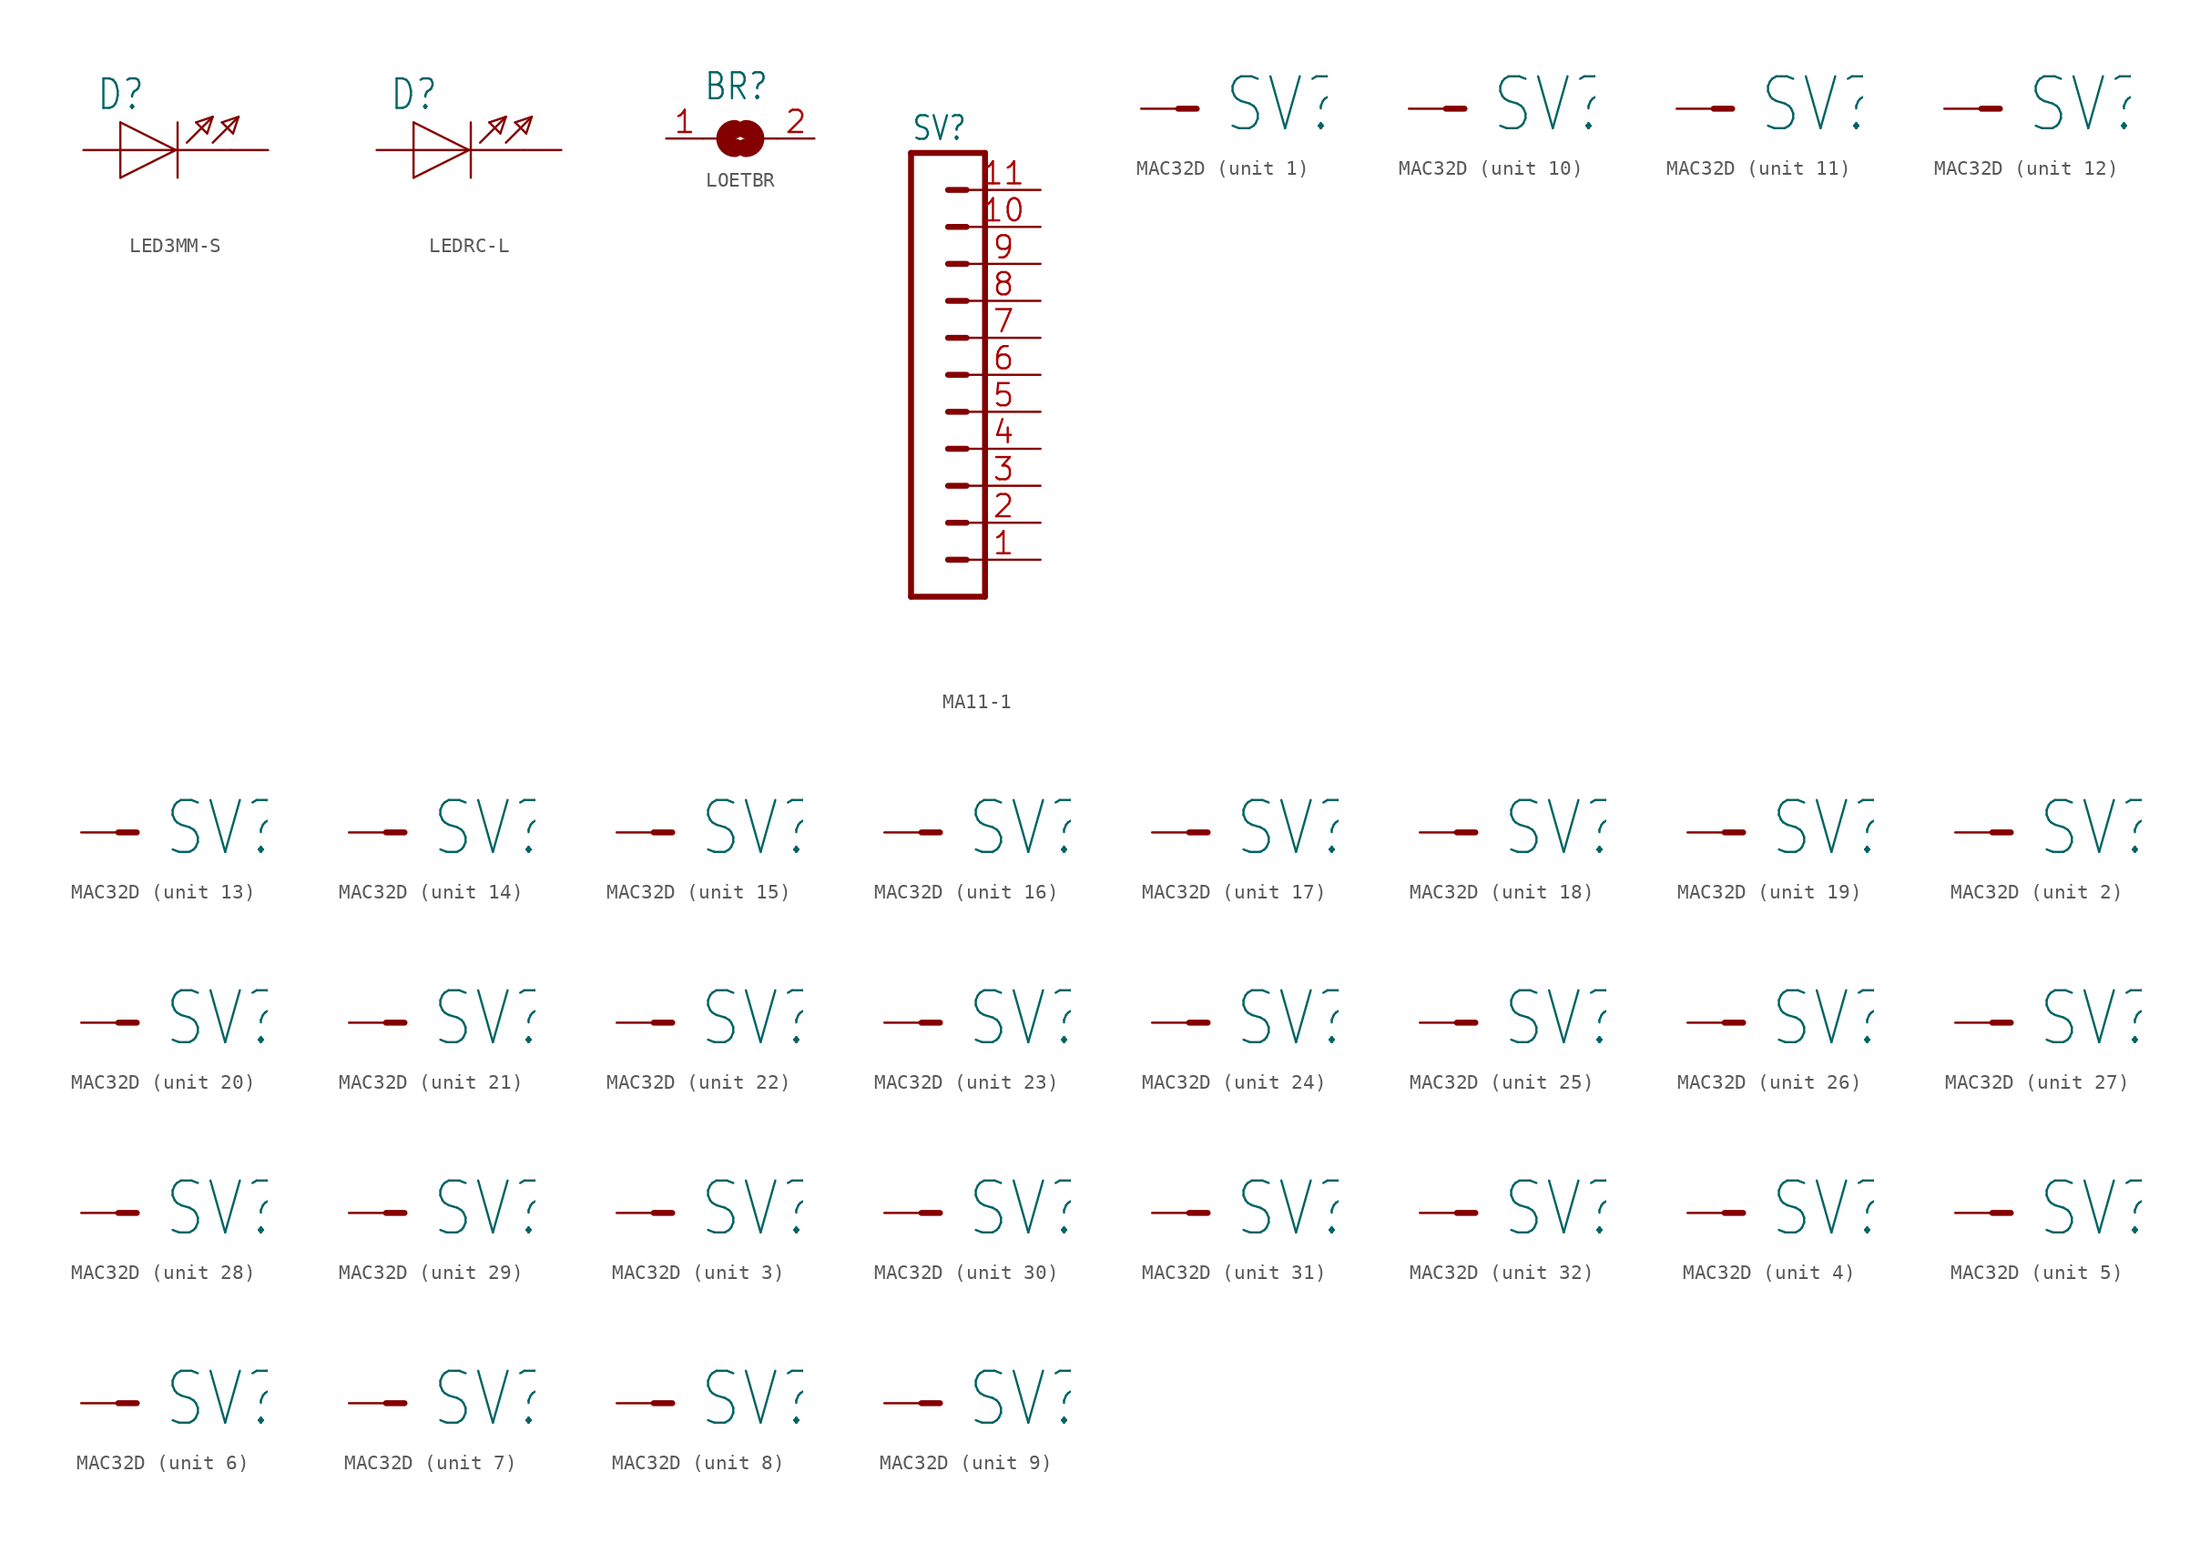
<source format=kicad_sym>
(kicad_symbol_lib
  (version 20241209)
  (generator "kicad_symbol_editor")
  (generator_version "9.0")
  (symbol "LED3MM-S"
    (property "Reference" "D"
      (at -4.216 2.642 0)
      (effects (font (size 2.032 1.727)) (justify left bottom)))
    (property "Value" ""
      (at -4.47 -4.496 0)
      (effects (font (size 2.032 1.727)) (justify left bottom)))
    (property "ki_locked" ""
      (at 0 0 0)
      (effects (font (size 1.27 1.27))))
    (symbol "LED3MM-S_1_0"
      (polyline (pts (xy -2.54 1.905) (xy -2.54 0)) (stroke (width 0.152) (type solid)) (fill (type none)))
      (polyline (pts (xy -2.54 0) (xy -2.54 -1.905)) (stroke (width 0.152) (type solid)) (fill (type none)))
      (polyline (pts (xy -2.54 0) (xy 5.08 0)) (stroke (width 0.152) (type solid)) (fill (type none)))
      (polyline (pts (xy -2.54 -1.905) (xy 1.27 0)) (stroke (width 0.152) (type solid)) (fill (type none)))
      (polyline (pts (xy 1.27 0) (xy -2.54 1.905)) (stroke (width 0.152) (type solid)) (fill (type none)))
      (polyline (pts (xy 1.397 1.905) (xy 1.397 -1.905)) (stroke (width 0.152) (type solid)) (fill (type none)))
      (polyline (pts (xy 2.032 0.508) (xy 3.81 2.286)) (stroke (width 0.152) (type solid)) (fill (type none)))
      (polyline (pts (xy 2.667 1.905) (xy 3.429 1.143)) (stroke (width 0.152) (type solid)) (fill (type none)))
      (polyline (pts (xy 3.429 1.143) (xy 3.81 2.286)) (stroke (width 0.152) (type solid)) (fill (type none)))
      (polyline (pts (xy 3.81 2.286) (xy 2.667 1.905)) (stroke (width 0.152) (type solid)) (fill (type none)))
      (polyline (pts (xy 3.81 0.508) (xy 5.588 2.286)) (stroke (width 0.152) (type solid)) (fill (type none)))
      (polyline (pts (xy 4.445 1.905) (xy 5.207 1.143)) (stroke (width 0.152) (type solid)) (fill (type none)))
      (polyline (pts (xy 5.207 1.143) (xy 5.588 2.286)) (stroke (width 0.152) (type solid)) (fill (type none)))
      (polyline (pts (xy 5.588 2.286) (xy 4.445 1.905)) (stroke (width 0.152) (type solid)) (fill (type none)))
      (pin passive line (at -5.08 0 0) (length 2.54) (name "A" (effects (font (size 0 0)))) (number "A" (effects (font (size 0 0)))))
      (pin passive line (at 7.62 0 180) (length 2.54) (name "K" (effects (font (size 0 0)))) (number "K" (effects (font (size 0 0)))))))
  (symbol "LEDRC-L"
    (property "Reference" "D"
      (at -4.216 2.642 0)
      (effects (font (size 2.032 1.727)) (justify left bottom)))
    (property "Value" ""
      (at -4.47 -4.496 0)
      (effects (font (size 2.032 1.727)) (justify left bottom)))
    (property "ki_locked" ""
      (at 0 0 0)
      (effects (font (size 1.27 1.27))))
    (symbol "LEDRC-L_1_0"
      (polyline (pts (xy -2.54 1.905) (xy -2.54 0)) (stroke (width 0.152) (type solid)) (fill (type none)))
      (polyline (pts (xy -2.54 0) (xy -2.54 -1.905)) (stroke (width 0.152) (type solid)) (fill (type none)))
      (polyline (pts (xy -2.54 0) (xy 5.08 0)) (stroke (width 0.152) (type solid)) (fill (type none)))
      (polyline (pts (xy -2.54 -1.905) (xy 1.27 0)) (stroke (width 0.152) (type solid)) (fill (type none)))
      (polyline (pts (xy 1.27 0) (xy -2.54 1.905)) (stroke (width 0.152) (type solid)) (fill (type none)))
      (polyline (pts (xy 1.397 1.905) (xy 1.397 -1.905)) (stroke (width 0.152) (type solid)) (fill (type none)))
      (polyline (pts (xy 2.032 0.508) (xy 3.81 2.286)) (stroke (width 0.152) (type solid)) (fill (type none)))
      (polyline (pts (xy 2.667 1.905) (xy 3.429 1.143)) (stroke (width 0.152) (type solid)) (fill (type none)))
      (polyline (pts (xy 3.429 1.143) (xy 3.81 2.286)) (stroke (width 0.152) (type solid)) (fill (type none)))
      (polyline (pts (xy 3.81 2.286) (xy 2.667 1.905)) (stroke (width 0.152) (type solid)) (fill (type none)))
      (polyline (pts (xy 3.81 0.508) (xy 5.588 2.286)) (stroke (width 0.152) (type solid)) (fill (type none)))
      (polyline (pts (xy 4.445 1.905) (xy 5.207 1.143)) (stroke (width 0.152) (type solid)) (fill (type none)))
      (polyline (pts (xy 5.207 1.143) (xy 5.588 2.286)) (stroke (width 0.152) (type solid)) (fill (type none)))
      (polyline (pts (xy 5.588 2.286) (xy 4.445 1.905)) (stroke (width 0.152) (type solid)) (fill (type none)))
      (pin passive line (at -5.08 0 0) (length 2.54) (name "A" (effects (font (size 0 0)))) (number "A" (effects (font (size 0 0)))))
      (pin passive line (at 7.62 0 180) (length 2.54) (name "K" (effects (font (size 0 0)))) (number "K" (effects (font (size 0 0)))))))
  (symbol "LOETBR"
    (property "Reference" "BR"
      (at -2.54 2.54 0)
      (effects (font (size 1.778 1.511)) (justify left bottom)))
    (property "Value" ""
      (at 0.412 0 0)
      (effects (font (size 3.81 3.81))))
    (property "ki_locked" ""
      (at 0 0 0)
      (effects (font (size 1.27 1.27))))
    (symbol "LOETBR_1_0"
      (polyline (pts (xy -2.54 0) (xy -1.651 0)) (stroke (width 0.152) (type solid)) (fill (type none)))
      (arc (start -0.381 -0.635) (mid -1.0159 0.0001) (end -0.3808 0.635) (stroke (width 1.27) (type solid)) (fill (type none)))
      (arc (start 0.381 0.635) (mid 1.0159 -0.0001) (end 0.3808 -0.635) (stroke (width 1.27) (type solid)) (fill (type none)))
      (polyline (pts (xy 2.54 0) (xy 1.651 0)) (stroke (width 0.152) (type solid)) (fill (type none)))
      (pin passive line (at -5.08 0 0) (length 2.54) (name "1" (effects (font (size 0 0)))) (number "1" (effects (font (size 1.524 1.524)))))
      (pin passive line (at 5.08 0 180) (length 2.54) (name "2" (effects (font (size 0 0)))) (number "2" (effects (font (size 1.524 1.524)))))))
  (symbol "MA11-1"
    (property "Reference" "SV"
      (at -1.27 16.002 0)
      (effects (font (size 1.626 1.382)) (justify left bottom)))
    (property "Value" ""
      (at -1.27 -17.78 0)
      (effects (font (size 1.626 1.382)) (justify left bottom)))
    (property "ki_locked" ""
      (at 0 0 0)
      (effects (font (size 1.27 1.27))))
    (symbol "MA11-1_1_0"
      (polyline (pts (xy -1.27 15.24) (xy -1.27 -15.24)) (stroke (width 0.406) (type solid)) (fill (type none)))
      (polyline (pts (xy -1.27 15.24) (xy 3.81 15.24)) (stroke (width 0.406) (type solid)) (fill (type none)))
      (polyline (pts (xy 1.27 12.7) (xy 2.54 12.7)) (stroke (width 0.406) (type solid)) (fill (type none)))
      (polyline (pts (xy 1.27 10.16) (xy 2.54 10.16)) (stroke (width 0.406) (type solid)) (fill (type none)))
      (polyline (pts (xy 1.27 7.62) (xy 2.54 7.62)) (stroke (width 0.406) (type solid)) (fill (type none)))
      (polyline (pts (xy 1.27 5.08) (xy 2.54 5.08)) (stroke (width 0.406) (type solid)) (fill (type none)))
      (polyline (pts (xy 1.27 2.54) (xy 2.54 2.54)) (stroke (width 0.406) (type solid)) (fill (type none)))
      (polyline (pts (xy 1.27 0) (xy 2.54 0)) (stroke (width 0.406) (type solid)) (fill (type none)))
      (polyline (pts (xy 1.27 -2.54) (xy 2.54 -2.54)) (stroke (width 0.406) (type solid)) (fill (type none)))
      (polyline (pts (xy 1.27 -5.08) (xy 2.54 -5.08)) (stroke (width 0.406) (type solid)) (fill (type none)))
      (polyline (pts (xy 1.27 -7.62) (xy 2.54 -7.62)) (stroke (width 0.406) (type solid)) (fill (type none)))
      (polyline (pts (xy 1.27 -10.16) (xy 2.54 -10.16)) (stroke (width 0.406) (type solid)) (fill (type none)))
      (polyline (pts (xy 1.27 -12.7) (xy 2.54 -12.7)) (stroke (width 0.406) (type solid)) (fill (type none)))
      (polyline (pts (xy 3.81 -15.24) (xy -1.27 -15.24)) (stroke (width 0.406) (type solid)) (fill (type none)))
      (polyline (pts (xy 3.81 -15.24) (xy 3.81 15.24)) (stroke (width 0.406) (type solid)) (fill (type none)))
      (pin passive line (at 7.62 12.7 180) (length 5.08) (name "11" (effects (font (size 0 0)))) (number "11" (effects (font (size 1.524 1.524)))))
      (pin passive line (at 7.62 10.16 180) (length 5.08) (name "10" (effects (font (size 0 0)))) (number "10" (effects (font (size 1.524 1.524)))))
      (pin passive line (at 7.62 7.62 180) (length 5.08) (name "9" (effects (font (size 0 0)))) (number "9" (effects (font (size 1.524 1.524)))))
      (pin passive line (at 7.62 5.08 180) (length 5.08) (name "8" (effects (font (size 0 0)))) (number "8" (effects (font (size 1.524 1.524)))))
      (pin passive line (at 7.62 2.54 180) (length 5.08) (name "7" (effects (font (size 0 0)))) (number "7" (effects (font (size 1.524 1.524)))))
      (pin passive line (at 7.62 0 180) (length 5.08) (name "6" (effects (font (size 0 0)))) (number "6" (effects (font (size 1.524 1.524)))))
      (pin passive line (at 7.62 -2.54 180) (length 5.08) (name "5" (effects (font (size 0 0)))) (number "5" (effects (font (size 1.524 1.524)))))
      (pin passive line (at 7.62 -5.08 180) (length 5.08) (name "4" (effects (font (size 0 0)))) (number "4" (effects (font (size 1.524 1.524)))))
      (pin passive line (at 7.62 -7.62 180) (length 5.08) (name "3" (effects (font (size 0 0)))) (number "3" (effects (font (size 1.524 1.524)))))
      (pin passive line (at 7.62 -10.16 180) (length 5.08) (name "2" (effects (font (size 0 0)))) (number "2" (effects (font (size 1.524 1.524)))))
      (pin passive line (at 7.62 -12.7 180) (length 5.08) (name "1" (effects (font (size 0 0)))) (number "1" (effects (font (size 1.524 1.524)))))))
  (symbol "MAC32D"
    (property "Reference" "SV"
      (at 3.048 -1.778 0)
      (effects (font (size 3.556 3.023)) (justify left bottom)))
    (property "ki_locked" ""
      (at 0 0 0)
      (effects (font (size 1.27 1.27))))
    (symbol "MAC32D_1_0"
      (polyline (pts (xy 0 0) (xy 1.27 0)) (stroke (width 0.406) (type solid)) (fill (type none)))
      (pin passive line (at -2.54 0 0) (length 2.54) (name "S" (effects (font (size 0 0)))) (number "A10" (effects (font (size 0 0))))))
    (symbol "MAC32D_2_0"
      (polyline (pts (xy 0 0) (xy 1.27 0)) (stroke (width 0.406) (type solid)) (fill (type none)))
      (pin passive line (at -2.54 0 0) (length 2.54) (name "S" (effects (font (size 0 0)))) (number "A12" (effects (font (size 0 0))))))
    (symbol "MAC32D_3_0"
      (polyline (pts (xy 0 0) (xy 1.27 0)) (stroke (width 0.406) (type solid)) (fill (type none)))
      (pin passive line (at -2.54 0 0) (length 2.54) (name "S" (effects (font (size 0 0)))) (number "A14" (effects (font (size 0 0))))))
    (symbol "MAC32D_4_0"
      (polyline (pts (xy 0 0) (xy 1.27 0)) (stroke (width 0.406) (type solid)) (fill (type none)))
      (pin passive line (at -2.54 0 0) (length 2.54) (name "S" (effects (font (size 0 0)))) (number "A16" (effects (font (size 0 0))))))
    (symbol "MAC32D_5_0"
      (polyline (pts (xy 0 0) (xy 1.27 0)) (stroke (width 0.406) (type solid)) (fill (type none)))
      (pin passive line (at -2.54 0 0) (length 2.54) (name "S" (effects (font (size 0 0)))) (number "A18" (effects (font (size 0 0))))))
    (symbol "MAC32D_6_0"
      (polyline (pts (xy 0 0) (xy 1.27 0)) (stroke (width 0.406) (type solid)) (fill (type none)))
      (pin passive line (at -2.54 0 0) (length 2.54) (name "S" (effects (font (size 0 0)))) (number "A2" (effects (font (size 0 0))))))
    (symbol "MAC32D_7_0"
      (polyline (pts (xy 0 0) (xy 1.27 0)) (stroke (width 0.406) (type solid)) (fill (type none)))
      (pin passive line (at -2.54 0 0) (length 2.54) (name "S" (effects (font (size 0 0)))) (number "A20" (effects (font (size 0 0))))))
    (symbol "MAC32D_8_0"
      (polyline (pts (xy 0 0) (xy 1.27 0)) (stroke (width 0.406) (type solid)) (fill (type none)))
      (pin passive line (at -2.54 0 0) (length 2.54) (name "S" (effects (font (size 0 0)))) (number "A22" (effects (font (size 0 0))))))
    (symbol "MAC32D_9_0"
      (polyline (pts (xy 0 0) (xy 1.27 0)) (stroke (width 0.406) (type solid)) (fill (type none)))
      (pin passive line (at -2.54 0 0) (length 2.54) (name "S" (effects (font (size 0 0)))) (number "A24" (effects (font (size 0 0))))))
    (symbol "MAC32D_10_0"
      (polyline (pts (xy 0 0) (xy 1.27 0)) (stroke (width 0.406) (type solid)) (fill (type none)))
      (pin passive line (at -2.54 0 0) (length 2.54) (name "S" (effects (font (size 0 0)))) (number "A26" (effects (font (size 0 0))))))
    (symbol "MAC32D_11_0"
      (polyline (pts (xy 0 0) (xy 1.27 0)) (stroke (width 0.406) (type solid)) (fill (type none)))
      (pin passive line (at -2.54 0 0) (length 2.54) (name "S" (effects (font (size 0 0)))) (number "A28" (effects (font (size 0 0))))))
    (symbol "MAC32D_12_0"
      (polyline (pts (xy 0 0) (xy 1.27 0)) (stroke (width 0.406) (type solid)) (fill (type none)))
      (pin passive line (at -2.54 0 0) (length 2.54) (name "S" (effects (font (size 0 0)))) (number "A30" (effects (font (size 0 0))))))
    (symbol "MAC32D_13_0"
      (polyline (pts (xy 0 0) (xy 1.27 0)) (stroke (width 0.406) (type solid)) (fill (type none)))
      (pin passive line (at -2.54 0 0) (length 2.54) (name "S" (effects (font (size 0 0)))) (number "A32" (effects (font (size 0 0))))))
    (symbol "MAC32D_14_0"
      (polyline (pts (xy 0 0) (xy 1.27 0)) (stroke (width 0.406) (type solid)) (fill (type none)))
      (pin passive line (at -2.54 0 0) (length 2.54) (name "S" (effects (font (size 0 0)))) (number "A4" (effects (font (size 0 0))))))
    (symbol "MAC32D_15_0"
      (polyline (pts (xy 0 0) (xy 1.27 0)) (stroke (width 0.406) (type solid)) (fill (type none)))
      (pin passive line (at -2.54 0 0) (length 2.54) (name "S" (effects (font (size 0 0)))) (number "A6" (effects (font (size 0 0))))))
    (symbol "MAC32D_16_0"
      (polyline (pts (xy 0 0) (xy 1.27 0)) (stroke (width 0.406) (type solid)) (fill (type none)))
      (pin passive line (at -2.54 0 0) (length 2.54) (name "S" (effects (font (size 0 0)))) (number "A8" (effects (font (size 0 0))))))
    (symbol "MAC32D_17_0"
      (polyline (pts (xy 0 0) (xy 1.27 0)) (stroke (width 0.406) (type solid)) (fill (type none)))
      (pin passive line (at -2.54 0 0) (length 2.54) (name "S" (effects (font (size 0 0)))) (number "C10" (effects (font (size 0 0))))))
    (symbol "MAC32D_18_0"
      (polyline (pts (xy 0 0) (xy 1.27 0)) (stroke (width 0.406) (type solid)) (fill (type none)))
      (pin passive line (at -2.54 0 0) (length 2.54) (name "S" (effects (font (size 0 0)))) (number "C12" (effects (font (size 0 0))))))
    (symbol "MAC32D_19_0"
      (polyline (pts (xy 0 0) (xy 1.27 0)) (stroke (width 0.406) (type solid)) (fill (type none)))
      (pin passive line (at -2.54 0 0) (length 2.54) (name "S" (effects (font (size 0 0)))) (number "C14" (effects (font (size 0 0))))))
    (symbol "MAC32D_20_0"
      (polyline (pts (xy 0 0) (xy 1.27 0)) (stroke (width 0.406) (type solid)) (fill (type none)))
      (pin passive line (at -2.54 0 0) (length 2.54) (name "S" (effects (font (size 0 0)))) (number "C16" (effects (font (size 0 0))))))
    (symbol "MAC32D_21_0"
      (polyline (pts (xy 0 0) (xy 1.27 0)) (stroke (width 0.406) (type solid)) (fill (type none)))
      (pin passive line (at -2.54 0 0) (length 2.54) (name "S" (effects (font (size 0 0)))) (number "C18" (effects (font (size 0 0))))))
    (symbol "MAC32D_22_0"
      (polyline (pts (xy 0 0) (xy 1.27 0)) (stroke (width 0.406) (type solid)) (fill (type none)))
      (pin passive line (at -2.54 0 0) (length 2.54) (name "S" (effects (font (size 0 0)))) (number "C2" (effects (font (size 0 0))))))
    (symbol "MAC32D_23_0"
      (polyline (pts (xy 0 0) (xy 1.27 0)) (stroke (width 0.406) (type solid)) (fill (type none)))
      (pin passive line (at -2.54 0 0) (length 2.54) (name "S" (effects (font (size 0 0)))) (number "C20" (effects (font (size 0 0))))))
    (symbol "MAC32D_24_0"
      (polyline (pts (xy 0 0) (xy 1.27 0)) (stroke (width 0.406) (type solid)) (fill (type none)))
      (pin passive line (at -2.54 0 0) (length 2.54) (name "S" (effects (font (size 0 0)))) (number "C22" (effects (font (size 0 0))))))
    (symbol "MAC32D_25_0"
      (polyline (pts (xy 0 0) (xy 1.27 0)) (stroke (width 0.406) (type solid)) (fill (type none)))
      (pin passive line (at -2.54 0 0) (length 2.54) (name "S" (effects (font (size 0 0)))) (number "C24" (effects (font (size 0 0))))))
    (symbol "MAC32D_26_0"
      (polyline (pts (xy 0 0) (xy 1.27 0)) (stroke (width 0.406) (type solid)) (fill (type none)))
      (pin passive line (at -2.54 0 0) (length 2.54) (name "S" (effects (font (size 0 0)))) (number "C26" (effects (font (size 0 0))))))
    (symbol "MAC32D_27_0"
      (polyline (pts (xy 0 0) (xy 1.27 0)) (stroke (width 0.406) (type solid)) (fill (type none)))
      (pin passive line (at -2.54 0 0) (length 2.54) (name "S" (effects (font (size 0 0)))) (number "C28" (effects (font (size 0 0))))))
    (symbol "MAC32D_28_0"
      (polyline (pts (xy 0 0) (xy 1.27 0)) (stroke (width 0.406) (type solid)) (fill (type none)))
      (pin passive line (at -2.54 0 0) (length 2.54) (name "S" (effects (font (size 0 0)))) (number "C30" (effects (font (size 0 0))))))
    (symbol "MAC32D_29_0"
      (polyline (pts (xy 0 0) (xy 1.27 0)) (stroke (width 0.406) (type solid)) (fill (type none)))
      (pin passive line (at -2.54 0 0) (length 2.54) (name "S" (effects (font (size 0 0)))) (number "C32" (effects (font (size 0 0))))))
    (symbol "MAC32D_30_0"
      (polyline (pts (xy 0 0) (xy 1.27 0)) (stroke (width 0.406) (type solid)) (fill (type none)))
      (pin passive line (at -2.54 0 0) (length 2.54) (name "S" (effects (font (size 0 0)))) (number "C4" (effects (font (size 0 0))))))
    (symbol "MAC32D_31_0"
      (polyline (pts (xy 0 0) (xy 1.27 0)) (stroke (width 0.406) (type solid)) (fill (type none)))
      (pin passive line (at -2.54 0 0) (length 2.54) (name "S" (effects (font (size 0 0)))) (number "C6" (effects (font (size 0 0))))))
    (symbol "MAC32D_32_0"
      (polyline (pts (xy 0 0) (xy 1.27 0)) (stroke (width 0.406) (type solid)) (fill (type none)))
      (pin passive line (at -2.54 0 0) (length 2.54) (name "S" (effects (font (size 0 0)))) (number "C8" (effects (font (size 0 0))))))))
</source>
